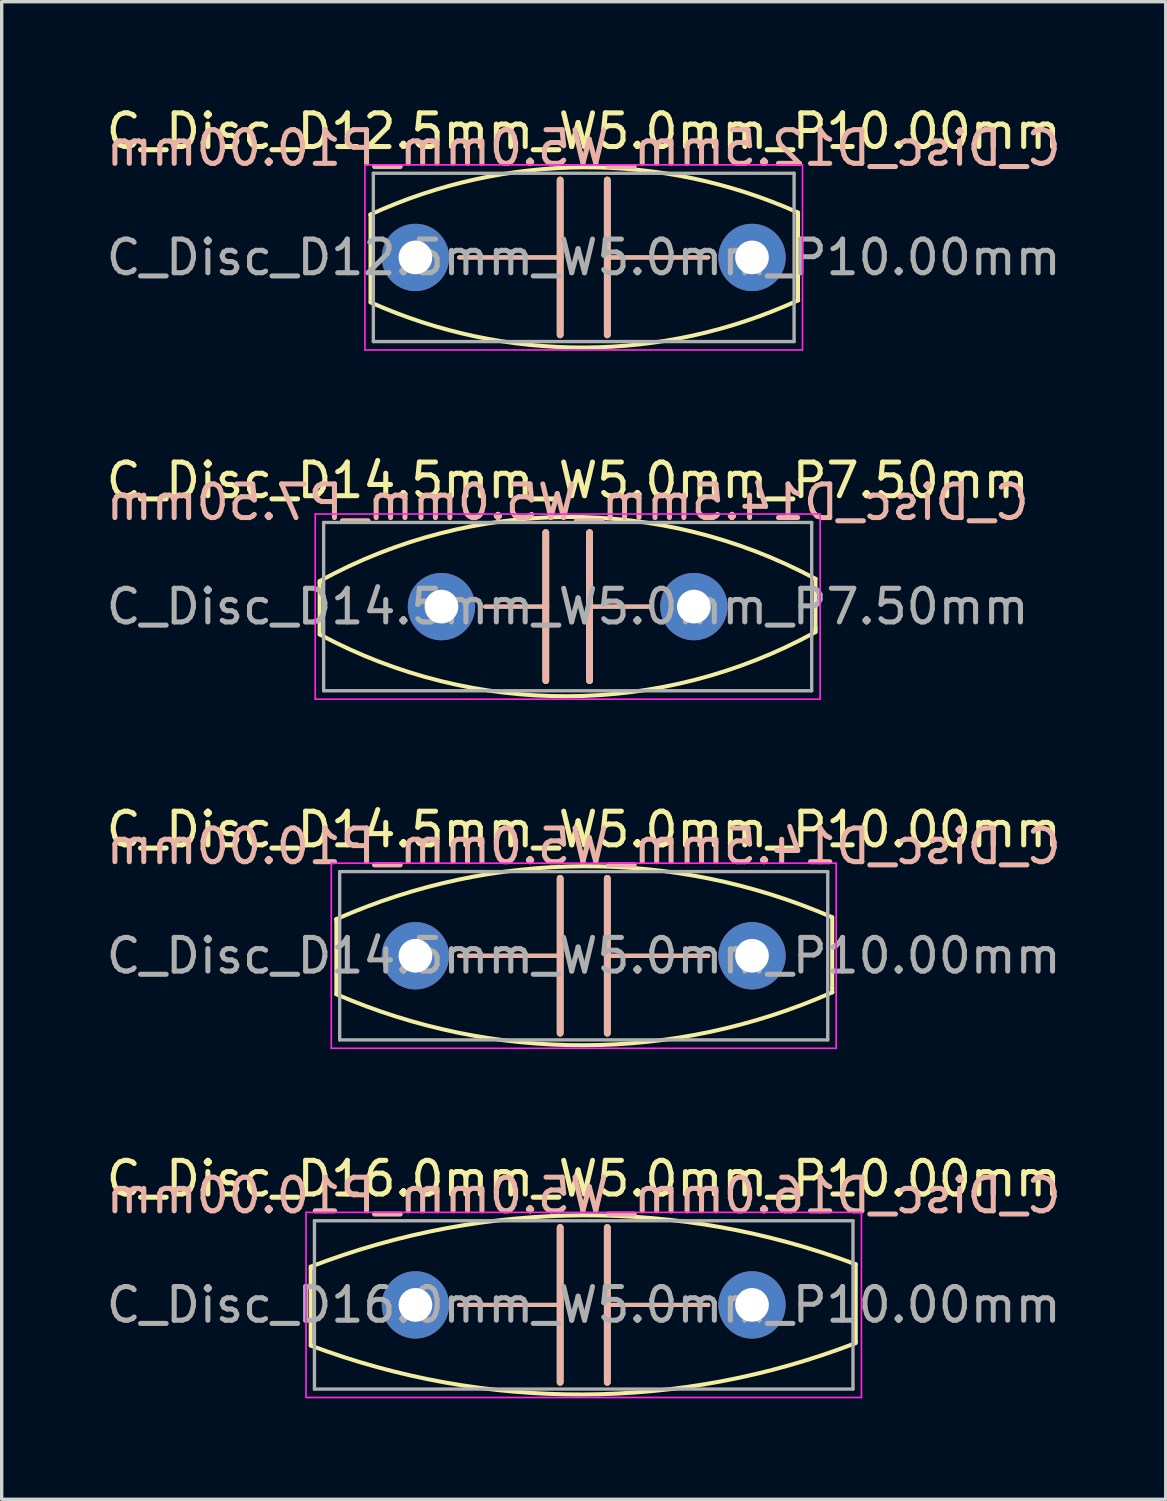
<source format=kicad_pcb>
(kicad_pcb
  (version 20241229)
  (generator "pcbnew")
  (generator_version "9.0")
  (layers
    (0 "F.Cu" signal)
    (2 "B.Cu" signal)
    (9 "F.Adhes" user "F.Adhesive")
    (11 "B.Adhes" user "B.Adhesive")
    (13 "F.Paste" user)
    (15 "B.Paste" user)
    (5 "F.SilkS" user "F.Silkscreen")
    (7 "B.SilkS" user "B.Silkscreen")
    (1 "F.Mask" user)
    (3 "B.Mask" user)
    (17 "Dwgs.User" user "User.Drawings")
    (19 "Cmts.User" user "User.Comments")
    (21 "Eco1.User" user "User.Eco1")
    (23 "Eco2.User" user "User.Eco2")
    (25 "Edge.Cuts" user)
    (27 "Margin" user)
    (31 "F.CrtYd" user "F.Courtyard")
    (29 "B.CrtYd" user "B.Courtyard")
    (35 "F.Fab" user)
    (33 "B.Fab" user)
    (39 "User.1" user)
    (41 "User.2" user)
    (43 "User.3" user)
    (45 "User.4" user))
  (footprint "C_Disc_D14.5mm_W5.0mm_P7.50mm"
    (layer "F.Cu")
    (at 10.065 14.972)
    (property "Reference" "C_Disc_D14.5mm_W5.0mm_P7.50mm" (at 3.75 -3.75 0) (layer "F.SilkS") (effects (font (size 1 1) (thickness 0.15))))
    (fp_line (start -3.619 -0.699) (end -3.617 -0.758) (stroke (width 0.12) (type solid)) (layer "F.SilkS"))
    (fp_line (start -3.619 0.826) (end -3.619 -0.699) (stroke (width 0.12) (type solid)) (layer "F.SilkS"))
    (fp_line (start 1.3 0) (end 3.1 0) (stroke (width 0.12) (type solid)) (layer "F.SilkS"))
    (fp_line (start 3.1 0) (end 3.1 -2.2) (stroke (width 0.2) (type solid)) (layer "F.SilkS"))
    (fp_line (start 3.1 0) (end 3.1 2.2) (stroke (width 0.2) (type solid)) (layer "F.SilkS"))
    (fp_line (start 4.4 0) (end 4.4 -2.2) (stroke (width 0.2) (type solid)) (layer "F.SilkS"))
    (fp_line (start 4.4 0) (end 4.4 2.2) (stroke (width 0.2) (type solid)) (layer "F.SilkS"))
    (fp_line (start 4.4 0) (end 6.2 0) (stroke (width 0.12) (type solid)) (layer "F.SilkS"))
    (fp_line (start 11.113 -0.826) (end 11.113 0.635) (stroke (width 0.12) (type solid)) (layer "F.SilkS"))
    (fp_line (start 11.113 0.635) (end 11.113 0.699) (stroke (width 0.12) (type solid)) (layer "F.SilkS"))
    (fp_line (start 11.113 0.699) (end 11.11 0.758) (stroke (width 0.12) (type solid)) (layer "F.SilkS"))
    (fp_arc (start -3.617172 -0.757762) (mid 3.739057 -2.663177) (end 11.1125 -0.8255) (stroke (width 0.12) (type solid)) (layer "F.SilkS"))
    (fp_arc (start 11.110172 0.757762) (mid 3.753943 2.663177) (end -3.6195 0.8255) (stroke (width 0.12) (type solid)) (layer "F.SilkS"))
    (fp_line (start 1.3 0) (end 3.048 0) (stroke (width 0.12) (type solid)) (layer "B.SilkS"))
    (fp_line (start 3.1 0) (end 3.1 -2.2) (stroke (width 0.2) (type solid)) (layer "B.SilkS"))
    (fp_line (start 3.1 0) (end 3.1 2.2) (stroke (width 0.2) (type solid)) (layer "B.SilkS"))
    (fp_line (start 4.4 0) (end 4.4 -2.2) (stroke (width 0.2) (type solid)) (layer "B.SilkS"))
    (fp_line (start 4.4 0) (end 4.4 2.2) (stroke (width 0.2) (type solid)) (layer "B.SilkS"))
    (fp_line (start 4.445 0) (end 6.2 0) (stroke (width 0.12) (type solid)) (layer "B.SilkS"))
    (fp_line (start -3.75 -2.75) (end -3.75 2.75) (stroke (width 0.05) (type solid)) (layer "F.CrtYd"))
    (fp_line (start -3.75 2.75) (end 11.25 2.75) (stroke (width 0.05) (type solid)) (layer "F.CrtYd"))
    (fp_line (start 11.25 -2.75) (end -3.75 -2.75) (stroke (width 0.05) (type solid)) (layer "F.CrtYd"))
    (fp_line (start 11.25 2.75) (end 11.25 -2.75) (stroke (width 0.05) (type solid)) (layer "F.CrtYd"))
    (fp_line (start -3.5 -2.5) (end -3.5 2.5) (stroke (width 0.1) (type solid)) (layer "F.Fab"))
    (fp_line (start -3.5 2.5) (end 11 2.5) (stroke (width 0.1) (type solid)) (layer "F.Fab"))
    (fp_line (start 11 -2.5) (end -3.5 -2.5) (stroke (width 0.1) (type solid)) (layer "F.Fab"))
    (fp_line (start 11 2.5) (end 11 -2.5) (stroke (width 0.1) (type solid)) (layer "F.Fab"))
    (fp_text user "${REFERENCE}" (at 3.75 -3.1 0) (layer "B.SilkS") (effects (font (size 1 1) (thickness 0.15)) (justify mirror)))
    (fp_text user "${REFERENCE}" (at 3.75 0 0) (layer "F.Fab") (effects (font (size 1 1) (thickness 0.15))))
    (pad "1" thru_hole circle (at 0 0) (size 2 2) (drill 1) (layers "*.Cu" "*.Mask"))
    (pad "2" thru_hole circle (at 7.5 0) (size 2 2) (drill 1) (layers "*.Cu" "*.Mask")))
  (footprint "C_Disc_D12.5mm_W5.0mm_P10.00mm"
    (layer "F.Cu")
    (at 9.292 4.598)
    (property "Reference" "C_Disc_D12.5mm_W5.0mm_P10.00mm" (at 5 -3.75 0) (layer "F.SilkS") (effects (font (size 1 1) (thickness 0.15))))
    (fp_line (start -1.333 -1.27) (end -1.336 -1.275) (stroke (width 0.12) (type solid)) (layer "F.SilkS"))
    (fp_line (start -1.333 1.333) (end -1.333 -1.27) (stroke (width 0.12) (type solid)) (layer "F.SilkS"))
    (fp_line (start 1.3 0) (end 4.3 0) (stroke (width 0.12) (type solid)) (layer "F.SilkS"))
    (fp_line (start 4.3 0) (end 4.3 -2.3) (stroke (width 0.2) (type solid)) (layer "F.SilkS"))
    (fp_line (start 4.3 0) (end 4.3 2.3) (stroke (width 0.2) (type solid)) (layer "F.SilkS"))
    (fp_line (start 5.7 0) (end 5.7 -2.3) (stroke (width 0.2) (type solid)) (layer "F.SilkS"))
    (fp_line (start 5.7 0) (end 5.7 2.3) (stroke (width 0.2) (type solid)) (layer "F.SilkS"))
    (fp_line (start 5.7 0) (end 8.7 0) (stroke (width 0.12) (type solid)) (layer "F.SilkS"))
    (fp_line (start 11.367 -1.333) (end 11.367 1.27) (stroke (width 0.12) (type solid)) (layer "F.SilkS"))
    (fp_line (start 11.367 1.27) (end 11.369 1.275) (stroke (width 0.12) (type solid)) (layer "F.SilkS"))
    (fp_arc (start -1.335743 -1.274885) (mid 5.009043 -2.677066) (end 11.3665 -1.3335) (stroke (width 0.12) (type solid)) (layer "F.SilkS"))
    (fp_arc (start 11.368743 1.274885) (mid 5.023957 2.677066) (end -1.3335 1.3335) (stroke (width 0.12) (type solid)) (layer "F.SilkS"))
    (fp_line (start 1.3 0) (end 4.3 0) (stroke (width 0.12) (type solid)) (layer "B.SilkS"))
    (fp_line (start 4.3 0) (end 4.3 -2.3) (stroke (width 0.2) (type solid)) (layer "B.SilkS"))
    (fp_line (start 4.3 0) (end 4.3 2.3) (stroke (width 0.2) (type solid)) (layer "B.SilkS"))
    (fp_line (start 5.7 0) (end 5.7 -2.3) (stroke (width 0.2) (type solid)) (layer "B.SilkS"))
    (fp_line (start 5.7 0) (end 5.7 2.3) (stroke (width 0.2) (type solid)) (layer "B.SilkS"))
    (fp_line (start 5.7 0) (end 8.7 0) (stroke (width 0.12) (type solid)) (layer "B.SilkS"))
    (fp_line (start -1.5 -2.75) (end -1.5 2.75) (stroke (width 0.05) (type solid)) (layer "F.CrtYd"))
    (fp_line (start -1.5 2.75) (end 11.5 2.75) (stroke (width 0.05) (type solid)) (layer "F.CrtYd"))
    (fp_line (start 11.5 -2.75) (end -1.5 -2.75) (stroke (width 0.05) (type solid)) (layer "F.CrtYd"))
    (fp_line (start 11.5 2.75) (end 11.5 -2.75) (stroke (width 0.05) (type solid)) (layer "F.CrtYd"))
    (fp_line (start -1.25 -2.5) (end -1.25 2.5) (stroke (width 0.1) (type solid)) (layer "F.Fab"))
    (fp_line (start -1.25 2.5) (end 11.25 2.5) (stroke (width 0.1) (type solid)) (layer "F.Fab"))
    (fp_line (start 11.25 -2.5) (end -1.25 -2.5) (stroke (width 0.1) (type solid)) (layer "F.Fab"))
    (fp_line (start 11.25 2.5) (end 11.25 -2.5) (stroke (width 0.1) (type solid)) (layer "F.Fab"))
    (fp_text user "${REFERENCE}" (at 5 -3.25 0) (layer "B.SilkS") (effects (font (size 1 1) (thickness 0.15)) (justify mirror)))
    (fp_text user "${REFERENCE}" (at 5 0 0) (layer "F.Fab") (effects (font (size 1 1) (thickness 0.15))))
    (pad "1" thru_hole circle (at 0 0) (size 2 2) (drill 1) (layers "*.Cu" "*.Mask"))
    (pad "2" thru_hole circle (at 10 0) (size 2 2) (drill 1) (layers "*.Cu" "*.Mask")))
  (footprint "C_Disc_D14.5mm_W5.0mm_P10.00mm"
    (layer "F.Cu")
    (at 9.292 25.345)
    (property "Reference" "C_Disc_D14.5mm_W5.0mm_P10.00mm" (at 5 -3.75 0) (layer "F.SilkS") (effects (font (size 1 1) (thickness 0.15))))
    (fp_line (start -2.349 -1.079) (end -2.352 -1.086) (stroke (width 0.12) (type solid)) (layer "F.SilkS"))
    (fp_line (start -2.349 1.143) (end -2.349 -1.079) (stroke (width 0.12) (type solid)) (layer "F.SilkS"))
    (fp_line (start 1.3 0) (end 4.3 0) (stroke (width 0.12) (type solid)) (layer "F.SilkS"))
    (fp_line (start 4.3 0) (end 4.3 -2.3) (stroke (width 0.2) (type solid)) (layer "F.SilkS"))
    (fp_line (start 4.3 0) (end 4.3 2.3) (stroke (width 0.2) (type solid)) (layer "F.SilkS"))
    (fp_line (start 5.7 0) (end 5.7 -2.3) (stroke (width 0.2) (type solid)) (layer "F.SilkS"))
    (fp_line (start 5.7 0) (end 5.7 2.3) (stroke (width 0.2) (type solid)) (layer "F.SilkS"))
    (fp_line (start 5.7 0) (end 8.7 0) (stroke (width 0.12) (type solid)) (layer "F.SilkS"))
    (fp_line (start 12.383 -1.143) (end 12.383 0.953) (stroke (width 0.12) (type solid)) (layer "F.SilkS"))
    (fp_line (start 12.383 0.953) (end 12.383 1.079) (stroke (width 0.12) (type solid)) (layer "F.SilkS"))
    (fp_line (start 12.383 1.079) (end 12.385 1.086) (stroke (width 0.12) (type solid)) (layer "F.SilkS"))
    (fp_arc (start -2.352395 -1.086032) (mid 5.009081 -2.659061) (end 12.3825 -1.143) (stroke (width 0.12) (type solid)) (layer "F.SilkS"))
    (fp_arc (start 12.385395 1.086032) (mid 5.023919 2.659061) (end -2.3495 1.143) (stroke (width 0.12) (type solid)) (layer "F.SilkS"))
    (fp_line (start 1.3 0) (end 4.3 0) (stroke (width 0.12) (type solid)) (layer "B.SilkS"))
    (fp_line (start 4.3 0) (end 4.3 -2.3) (stroke (width 0.2) (type solid)) (layer "B.SilkS"))
    (fp_line (start 4.3 0) (end 4.3 2.3) (stroke (width 0.2) (type solid)) (layer "B.SilkS"))
    (fp_line (start 5.7 0) (end 5.7 -2.3) (stroke (width 0.2) (type solid)) (layer "B.SilkS"))
    (fp_line (start 5.7 0) (end 5.7 2.3) (stroke (width 0.2) (type solid)) (layer "B.SilkS"))
    (fp_line (start 5.7 0) (end 8.7 0) (stroke (width 0.12) (type solid)) (layer "B.SilkS"))
    (fp_line (start -2.5 -2.75) (end -2.5 2.75) (stroke (width 0.05) (type solid)) (layer "F.CrtYd"))
    (fp_line (start -2.5 2.75) (end 12.5 2.75) (stroke (width 0.05) (type solid)) (layer "F.CrtYd"))
    (fp_line (start 12.5 -2.75) (end -2.5 -2.75) (stroke (width 0.05) (type solid)) (layer "F.CrtYd"))
    (fp_line (start 12.5 2.75) (end 12.5 -2.75) (stroke (width 0.05) (type solid)) (layer "F.CrtYd"))
    (fp_line (start -2.25 -2.5) (end -2.25 2.5) (stroke (width 0.1) (type solid)) (layer "F.Fab"))
    (fp_line (start -2.25 2.5) (end 12.25 2.5) (stroke (width 0.1) (type solid)) (layer "F.Fab"))
    (fp_line (start 12.25 -2.5) (end -2.25 -2.5) (stroke (width 0.1) (type solid)) (layer "F.Fab"))
    (fp_line (start 12.25 2.5) (end 12.25 -2.5) (stroke (width 0.1) (type solid)) (layer "F.Fab"))
    (fp_text user "${REFERENCE}" (at 5 -3.25 0) (layer "B.SilkS") (effects (font (size 1 1) (thickness 0.15)) (justify mirror)))
    (fp_text user "${REFERENCE}" (at 5 0 0) (layer "F.Fab") (effects (font (size 1 1) (thickness 0.15))))
    (pad "1" thru_hole circle (at 0 0) (size 2 2) (drill 1) (layers "*.Cu" "*.Mask"))
    (pad "2" thru_hole circle (at 10 0) (size 2 2) (drill 1) (layers "*.Cu" "*.Mask")))
  (footprint "C_Disc_D16.0mm_W5.0mm_P10.00mm"
    (layer "F.Cu")
    (at 9.292 35.718)
    (property "Reference" "C_Disc_D16.0mm_W5.0mm_P10.00mm" (at 5 -3.75 0) (layer "F.SilkS") (effects (font (size 1 1) (thickness 0.15))))
    (fp_line (start -3.111 -1.079) (end -3.108 -1.135) (stroke (width 0.12) (type solid)) (layer "F.SilkS"))
    (fp_line (start -3.111 1.206) (end -3.111 -1.079) (stroke (width 0.12) (type solid)) (layer "F.SilkS"))
    (fp_line (start 1.3 0) (end 4.3 0) (stroke (width 0.12) (type solid)) (layer "F.SilkS"))
    (fp_line (start 4.3 0) (end 4.3 -2.3) (stroke (width 0.2) (type solid)) (layer "F.SilkS"))
    (fp_line (start 4.3 0) (end 4.3 2.3) (stroke (width 0.2) (type solid)) (layer "F.SilkS"))
    (fp_line (start 5.7 0) (end 5.7 -2.3) (stroke (width 0.2) (type solid)) (layer "F.SilkS"))
    (fp_line (start 5.7 0) (end 5.7 2.3) (stroke (width 0.2) (type solid)) (layer "F.SilkS"))
    (fp_line (start 5.7 0) (end 8.7 0) (stroke (width 0.12) (type solid)) (layer "F.SilkS"))
    (fp_line (start 13.081 -1.206) (end 13.081 1.079) (stroke (width 0.12) (type solid)) (layer "F.SilkS"))
    (fp_line (start 13.081 1.079) (end 13.078 1.135) (stroke (width 0.12) (type solid)) (layer "F.SilkS"))
    (fp_arc (start -3.108432 -1.135057) (mid 4.979707 -2.661191) (end 13.081 -1.2065) (stroke (width 0.12) (type solid)) (layer "F.SilkS"))
    (fp_arc (start 13.077932 1.135057) (mid 4.989793 2.661191) (end -3.1115 1.2065) (stroke (width 0.12) (type solid)) (layer "F.SilkS"))
    (fp_line (start 1.3 0) (end 4.3 0) (stroke (width 0.12) (type solid)) (layer "B.SilkS"))
    (fp_line (start 4.3 0) (end 4.3 -2.3) (stroke (width 0.2) (type solid)) (layer "B.SilkS"))
    (fp_line (start 4.3 0) (end 4.3 2.3) (stroke (width 0.2) (type solid)) (layer "B.SilkS"))
    (fp_line (start 5.7 0) (end 5.7 -2.3) (stroke (width 0.2) (type solid)) (layer "B.SilkS"))
    (fp_line (start 5.7 0) (end 5.7 2.3) (stroke (width 0.2) (type solid)) (layer "B.SilkS"))
    (fp_line (start 5.7 0) (end 8.7 0) (stroke (width 0.12) (type solid)) (layer "B.SilkS"))
    (fp_line (start -3.25 -2.75) (end -3.25 2.75) (stroke (width 0.05) (type solid)) (layer "F.CrtYd"))
    (fp_line (start -3.25 2.75) (end 13.25 2.75) (stroke (width 0.05) (type solid)) (layer "F.CrtYd"))
    (fp_line (start 13.25 -2.75) (end -3.25 -2.75) (stroke (width 0.05) (type solid)) (layer "F.CrtYd"))
    (fp_line (start 13.25 2.75) (end 13.25 -2.75) (stroke (width 0.05) (type solid)) (layer "F.CrtYd"))
    (fp_line (start -3 -2.5) (end -3 2.5) (stroke (width 0.1) (type solid)) (layer "F.Fab"))
    (fp_line (start -3 2.5) (end 13 2.5) (stroke (width 0.1) (type solid)) (layer "F.Fab"))
    (fp_line (start 13 -2.5) (end -3 -2.5) (stroke (width 0.1) (type solid)) (layer "F.Fab"))
    (fp_line (start 13 2.5) (end 13 -2.5) (stroke (width 0.1) (type solid)) (layer "F.Fab"))
    (fp_text user "${REFERENCE}" (at 5 -3.25 0) (layer "B.SilkS") (effects (font (size 1 1) (thickness 0.15)) (justify mirror)))
    (fp_text user "${REFERENCE}" (at 5 0 0) (layer "F.Fab") (effects (font (size 1 1) (thickness 0.15))))
    (pad "1" thru_hole circle (at 0 0) (size 2 2) (drill 1) (layers "*.Cu" "*.Mask"))
    (pad "2" thru_hole circle (at 10 0) (size 2 2) (drill 1) (layers "*.Cu" "*.Mask")))
  (gr_rect
    (start -3 -3)
    (end 31.583 41.493)
    (stroke (width 0.1) (type default))
    (fill no)
    (layer "Edge.Cuts")))
</source>
